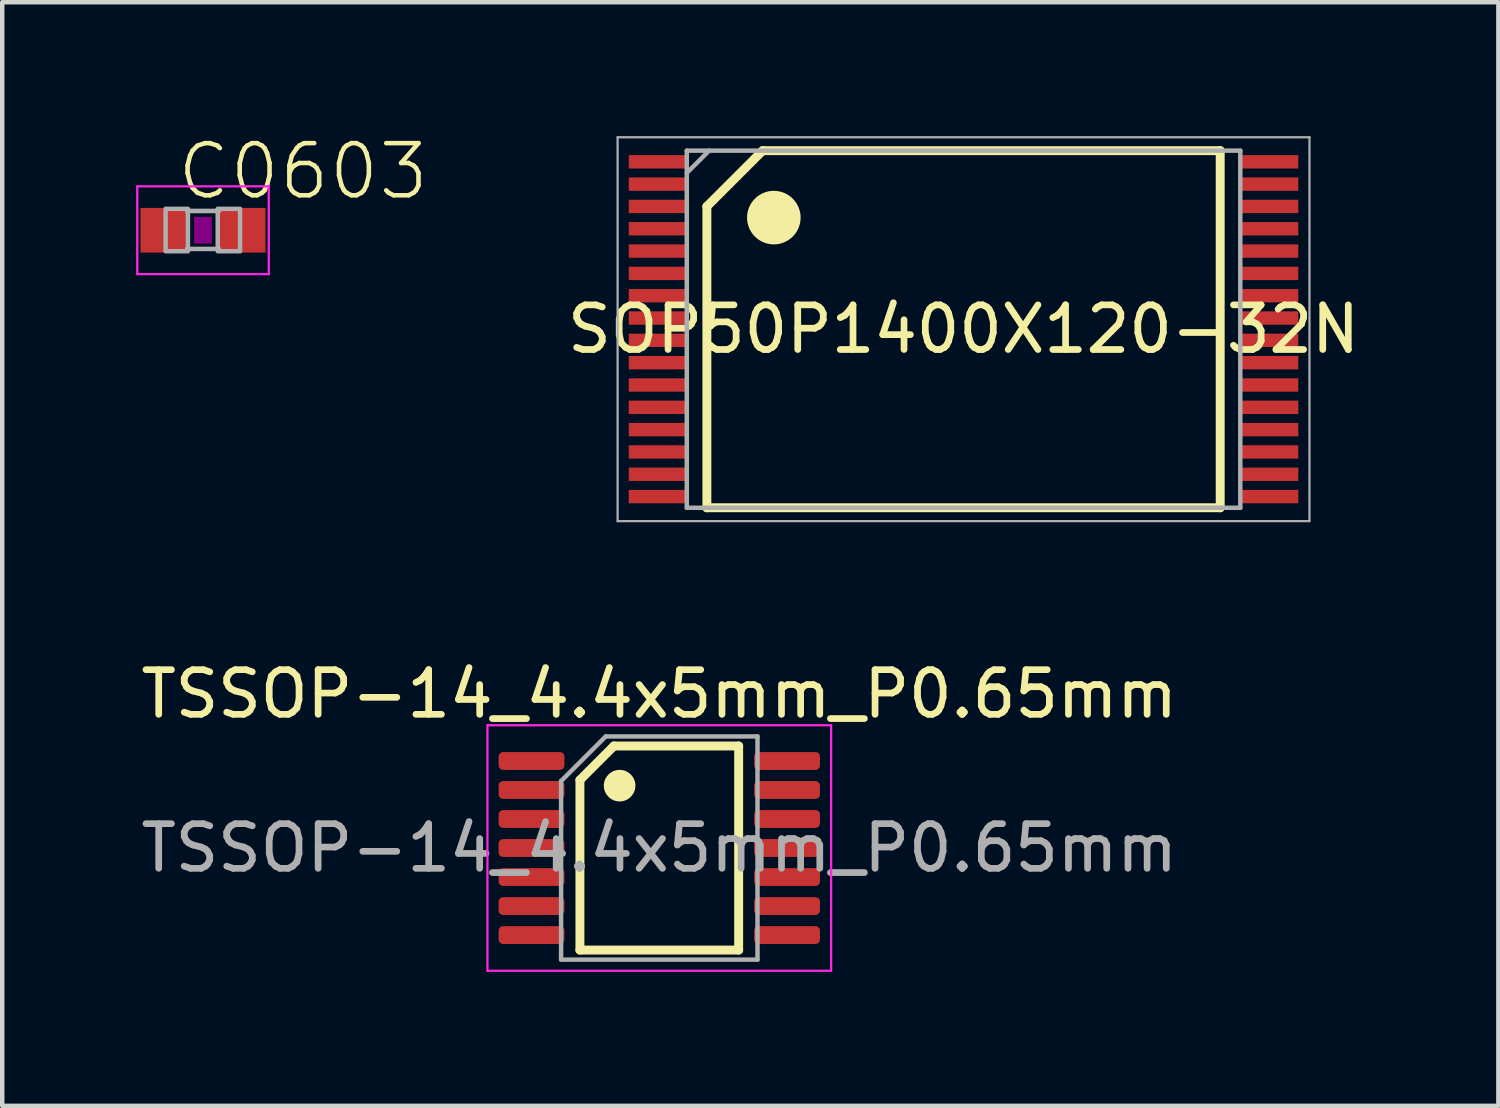
<source format=kicad_pcb>
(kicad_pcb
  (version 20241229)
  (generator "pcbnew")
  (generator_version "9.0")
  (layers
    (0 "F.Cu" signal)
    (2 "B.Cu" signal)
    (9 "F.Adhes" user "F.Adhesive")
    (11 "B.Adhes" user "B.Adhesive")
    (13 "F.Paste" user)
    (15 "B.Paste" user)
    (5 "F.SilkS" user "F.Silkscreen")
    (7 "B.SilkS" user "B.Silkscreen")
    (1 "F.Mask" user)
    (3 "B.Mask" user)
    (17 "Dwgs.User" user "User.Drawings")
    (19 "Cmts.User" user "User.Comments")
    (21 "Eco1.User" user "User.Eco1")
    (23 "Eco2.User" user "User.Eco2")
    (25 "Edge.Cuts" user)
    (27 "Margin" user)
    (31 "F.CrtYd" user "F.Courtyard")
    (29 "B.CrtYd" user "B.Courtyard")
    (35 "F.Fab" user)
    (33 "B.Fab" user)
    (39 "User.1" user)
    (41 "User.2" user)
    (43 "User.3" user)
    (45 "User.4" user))
  (footprint "TSSOP-14_4.4x5mm_P0.65mm"
    (layer "F.Cu")
    (at 11.72 15.948)
    (property "Reference" "TSSOP-14_4.4x5mm_P0.65mm" (at 0 -3.45 0) (layer "F.SilkS") (effects (font (size 1 1) (thickness 0.15))))
    (attr smd)
    (fp_line (start -1.778 -1.524) (end -1.016 -2.286) (stroke (width 0.2) (type default)) (layer "F.SilkS"))
    (fp_line (start -1.778 2.286) (end -1.778 -1.524) (stroke (width 0.2) (type default)) (layer "F.SilkS"))
    (fp_line (start -1.016 -2.286) (end 1.778 -2.286) (stroke (width 0.2) (type default)) (layer "F.SilkS"))
    (fp_line (start 1.778 -2.286) (end 1.778 2.286) (stroke (width 0.2) (type default)) (layer "F.SilkS"))
    (fp_line (start 1.778 2.286) (end -1.778 2.286) (stroke (width 0.2) (type default)) (layer "F.SilkS"))
    (fp_circle (center -0.889 -1.397) (end -0.635 -1.397) (stroke (width 0.2) (type solid)) (fill yes) (layer "F.SilkS"))
    (fp_line (start -3.85 -2.75) (end -3.85 2.75) (stroke (width 0.05) (type solid)) (layer "F.CrtYd"))
    (fp_line (start -3.85 2.75) (end 3.85 2.75) (stroke (width 0.05) (type solid)) (layer "F.CrtYd"))
    (fp_line (start 3.85 -2.75) (end -3.85 -2.75) (stroke (width 0.05) (type solid)) (layer "F.CrtYd"))
    (fp_line (start 3.85 2.75) (end 3.85 -2.75) (stroke (width 0.05) (type solid)) (layer "F.CrtYd"))
    (fp_line (start -2.2 -1.5) (end -1.2 -2.5) (stroke (width 0.1) (type solid)) (layer "F.Fab"))
    (fp_line (start -2.2 2.5) (end -2.2 -1.5) (stroke (width 0.1) (type solid)) (layer "F.Fab"))
    (fp_line (start -1.2 -2.5) (end 2.2 -2.5) (stroke (width 0.1) (type solid)) (layer "F.Fab"))
    (fp_line (start 2.2 -2.5) (end 2.2 2.5) (stroke (width 0.1) (type solid)) (layer "F.Fab"))
    (fp_line (start 2.2 2.5) (end -2.2 2.5) (stroke (width 0.1) (type solid)) (layer "F.Fab"))
    (fp_text user "${REFERENCE}" (at 0 0 0) (layer "F.Fab") (effects (font (size 1 1) (thickness 0.15))))
    (pad "1" smd roundrect (at -2.862 -1.95) (size 1.475 0.4) (layers "F.Cu" "F.Mask" "F.Paste") (roundrect_rratio 0.25))
    (pad "2" smd roundrect (at -2.862 -1.3) (size 1.475 0.4) (layers "F.Cu" "F.Mask" "F.Paste") (roundrect_rratio 0.25))
    (pad "3" smd roundrect (at -2.862 -0.65) (size 1.475 0.4) (layers "F.Cu" "F.Mask" "F.Paste") (roundrect_rratio 0.25))
    (pad "4" smd roundrect (at -2.862 0) (size 1.475 0.4) (layers "F.Cu" "F.Mask" "F.Paste") (roundrect_rratio 0.25))
    (pad "5" smd roundrect (at -2.862 0.65) (size 1.475 0.4) (layers "F.Cu" "F.Mask" "F.Paste") (roundrect_rratio 0.25))
    (pad "6" smd roundrect (at -2.862 1.3) (size 1.475 0.4) (layers "F.Cu" "F.Mask" "F.Paste") (roundrect_rratio 0.25))
    (pad "7" smd roundrect (at -2.862 1.95) (size 1.475 0.4) (layers "F.Cu" "F.Mask" "F.Paste") (roundrect_rratio 0.25))
    (pad "8" smd roundrect (at 2.862 1.95) (size 1.475 0.4) (layers "F.Cu" "F.Mask" "F.Paste") (roundrect_rratio 0.25))
    (pad "9" smd roundrect (at 2.862 1.3) (size 1.475 0.4) (layers "F.Cu" "F.Mask" "F.Paste") (roundrect_rratio 0.25))
    (pad "10" smd roundrect (at 2.862 0.65) (size 1.475 0.4) (layers "F.Cu" "F.Mask" "F.Paste") (roundrect_rratio 0.25))
    (pad "11" smd roundrect (at 2.862 0) (size 1.475 0.4) (layers "F.Cu" "F.Mask" "F.Paste") (roundrect_rratio 0.25))
    (pad "12" smd roundrect (at 2.862 -0.65) (size 1.475 0.4) (layers "F.Cu" "F.Mask" "F.Paste") (roundrect_rratio 0.25))
    (pad "13" smd roundrect (at 2.862 -1.3) (size 1.475 0.4) (layers "F.Cu" "F.Mask" "F.Paste") (roundrect_rratio 0.25))
    (pad "14" smd roundrect (at 2.862 -1.95) (size 1.475 0.4) (layers "F.Cu" "F.Mask" "F.Paste") (roundrect_rratio 0.25)))
  (footprint "SOP50P1400X120-32N"
    (layer "F.Cu")
    (at 18.536 4.325)
    (property "Reference" "SOP50P1400X120-32N" (at 0 0 0) (layer "F.SilkS") (effects (font (size 1 1) (thickness 0.15))))
    (fp_line (start -5.75 -2.75) (end -5.75 4) (stroke (width 0.2) (type default)) (layer "F.SilkS"))
    (fp_line (start -5.75 4) (end 5.75 4) (stroke (width 0.2) (type default)) (layer "F.SilkS"))
    (fp_line (start -4.5 -4) (end -5.75 -2.75) (stroke (width 0.2) (type default)) (layer "F.SilkS"))
    (fp_line (start 5.75 -4) (end -4.5 -4) (stroke (width 0.2) (type default)) (layer "F.SilkS"))
    (fp_line (start 5.75 4) (end 5.75 -4) (stroke (width 0.2) (type default)) (layer "F.SilkS"))
    (fp_circle (center -4.25 -2.5) (end -3.75 -2.5) (stroke (width 0.2) (type solid)) (fill yes) (layer "F.SilkS"))
    (fp_line (start -7.75 -4.3) (end 7.75 -4.3) (stroke (width 0.05) (type solid)) (layer "F.Fab"))
    (fp_line (start -7.75 4.3) (end -7.75 -4.3) (stroke (width 0.05) (type solid)) (layer "F.Fab"))
    (fp_line (start -6.2 -4) (end 6.2 -4) (stroke (width 0.1) (type solid)) (layer "F.Fab"))
    (fp_line (start -6.2 -3.5) (end -5.7 -4) (stroke (width 0.1) (type solid)) (layer "F.Fab"))
    (fp_line (start -6.2 4) (end -6.2 -4) (stroke (width 0.1) (type solid)) (layer "F.Fab"))
    (fp_line (start 6.2 -4) (end 6.2 4) (stroke (width 0.1) (type solid)) (layer "F.Fab"))
    (fp_line (start 6.2 4) (end -6.2 4) (stroke (width 0.1) (type solid)) (layer "F.Fab"))
    (fp_line (start 7.75 -4.3) (end 7.75 4.3) (stroke (width 0.05) (type solid)) (layer "F.Fab"))
    (fp_line (start 7.75 4.3) (end -7.75 4.3) (stroke (width 0.05) (type solid)) (layer "F.Fab"))
    (pad "1" smd rect (at -6.85 -3.75) (size 1.3 0.3) (layers "F.Cu" "F.Mask" "F.Paste"))
    (pad "2" smd rect (at -6.85 -3.25) (size 1.3 0.3) (layers "F.Cu" "F.Mask" "F.Paste"))
    (pad "3" smd rect (at -6.85 -2.75) (size 1.3 0.3) (layers "F.Cu" "F.Mask" "F.Paste"))
    (pad "4" smd rect (at -6.85 -2.25) (size 1.3 0.3) (layers "F.Cu" "F.Mask" "F.Paste"))
    (pad "5" smd rect (at -6.85 -1.75) (size 1.3 0.3) (layers "F.Cu" "F.Mask" "F.Paste"))
    (pad "6" smd rect (at -6.85 -1.25) (size 1.3 0.3) (layers "F.Cu" "F.Mask" "F.Paste"))
    (pad "7" smd rect (at -6.85 -0.75) (size 1.3 0.3) (layers "F.Cu" "F.Mask" "F.Paste"))
    (pad "8" smd rect (at -6.85 -0.25) (size 1.3 0.3) (layers "F.Cu" "F.Mask" "F.Paste"))
    (pad "9" smd rect (at -6.85 0.25) (size 1.3 0.3) (layers "F.Cu" "F.Mask" "F.Paste"))
    (pad "10" smd rect (at -6.85 0.75) (size 1.3 0.3) (layers "F.Cu" "F.Mask" "F.Paste"))
    (pad "11" smd rect (at -6.85 1.25) (size 1.3 0.3) (layers "F.Cu" "F.Mask" "F.Paste"))
    (pad "12" smd rect (at -6.85 1.75) (size 1.3 0.3) (layers "F.Cu" "F.Mask" "F.Paste"))
    (pad "13" smd rect (at -6.85 2.25) (size 1.3 0.3) (layers "F.Cu" "F.Mask" "F.Paste"))
    (pad "14" smd rect (at -6.85 2.75) (size 1.3 0.3) (layers "F.Cu" "F.Mask" "F.Paste"))
    (pad "15" smd rect (at -6.85 3.25) (size 1.3 0.3) (layers "F.Cu" "F.Mask" "F.Paste"))
    (pad "16" smd rect (at -6.85 3.75) (size 1.3 0.3) (layers "F.Cu" "F.Mask" "F.Paste"))
    (pad "17" smd rect (at 6.85 3.75) (size 1.3 0.3) (layers "F.Cu" "F.Mask" "F.Paste"))
    (pad "18" smd rect (at 6.85 3.25) (size 1.3 0.3) (layers "F.Cu" "F.Mask" "F.Paste"))
    (pad "19" smd rect (at 6.85 2.75) (size 1.3 0.3) (layers "F.Cu" "F.Mask" "F.Paste"))
    (pad "20" smd rect (at 6.85 2.25) (size 1.3 0.3) (layers "F.Cu" "F.Mask" "F.Paste"))
    (pad "21" smd rect (at 6.85 1.75) (size 1.3 0.3) (layers "F.Cu" "F.Mask" "F.Paste"))
    (pad "22" smd rect (at 6.85 1.25) (size 1.3 0.3) (layers "F.Cu" "F.Mask" "F.Paste"))
    (pad "23" smd rect (at 6.85 0.75) (size 1.3 0.3) (layers "F.Cu" "F.Mask" "F.Paste"))
    (pad "24" smd rect (at 6.85 0.25) (size 1.3 0.3) (layers "F.Cu" "F.Mask" "F.Paste"))
    (pad "25" smd rect (at 6.85 -0.25) (size 1.3 0.3) (layers "F.Cu" "F.Mask" "F.Paste"))
    (pad "26" smd rect (at 6.85 -0.75) (size 1.3 0.3) (layers "F.Cu" "F.Mask" "F.Paste"))
    (pad "27" smd rect (at 6.85 -1.25) (size 1.3 0.3) (layers "F.Cu" "F.Mask" "F.Paste"))
    (pad "28" smd rect (at 6.85 -1.75) (size 1.3 0.3) (layers "F.Cu" "F.Mask" "F.Paste"))
    (pad "29" smd rect (at 6.85 -2.25) (size 1.3 0.3) (layers "F.Cu" "F.Mask" "F.Paste"))
    (pad "30" smd rect (at 6.85 -2.75) (size 1.3 0.3) (layers "F.Cu" "F.Mask" "F.Paste"))
    (pad "31" smd rect (at 6.85 -3.25) (size 1.3 0.3) (layers "F.Cu" "F.Mask" "F.Paste"))
    (pad "32" smd rect (at 6.85 -3.75) (size 1.3 0.3) (layers "F.Cu" "F.Mask" "F.Paste")))
  (footprint "C0603"
    (layer "F.Cu")
    (at 1.498 2.108)
    (property "Reference" "C0603" (at -0.635 -0.635 0) (layer "F.SilkS") (effects (font (size 1.168 1.168) (thickness 0.102)) (justify left bottom)))
    (fp_poly (pts (xy -0.2 0.3) (xy 0.2 0.3) (xy 0.2 -0.3) (xy -0.2 -0.3)) (stroke (width 0) (type default)) (fill yes) (layer "F.Adhes"))
    (fp_line (start -1.473 -0.983) (end 1.473 -0.983) (stroke (width 0.051) (type solid)) (layer "F.CrtYd"))
    (fp_line (start -1.473 0.983) (end -1.473 -0.983) (stroke (width 0.051) (type solid)) (layer "F.CrtYd"))
    (fp_line (start 1.473 -0.983) (end 1.473 0.983) (stroke (width 0.051) (type solid)) (layer "F.CrtYd"))
    (fp_line (start 1.473 0.983) (end -1.473 0.983) (stroke (width 0.051) (type solid)) (layer "F.CrtYd"))
    (fp_line (start -0.356 -0.432) (end 0.356 -0.432) (stroke (width 0.102) (type solid)) (layer "F.Fab"))
    (fp_line (start -0.356 0.419) (end 0.356 0.419) (stroke (width 0.102) (type solid)) (layer "F.Fab"))
    (fp_poly (pts (xy -0.838 0.47) (xy -0.338 0.47) (xy -0.338 -0.48) (xy -0.838 -0.48)) (stroke (width 0.1) (type default)) (fill no) (layer "F.Fab"))
    (fp_poly (pts (xy 0.33 0.47) (xy 0.83 0.47) (xy 0.83 -0.48) (xy 0.33 -0.48)) (stroke (width 0.1) (type default)) (fill no) (layer "F.Fab"))
    (pad "1" smd rect (at -0.85 0) (size 1.1 1) (layers "F.Cu" "F.Mask" "F.Paste"))
    (pad "2" smd rect (at 0.85 0) (size 1.1 1) (layers "F.Cu" "F.Mask" "F.Paste")))
  (gr_rect
    (start -3 -3)
    (end 30.518 21.723)
    (stroke (width 0.1) (type default))
    (fill no)
    (layer "Edge.Cuts")))
</source>
